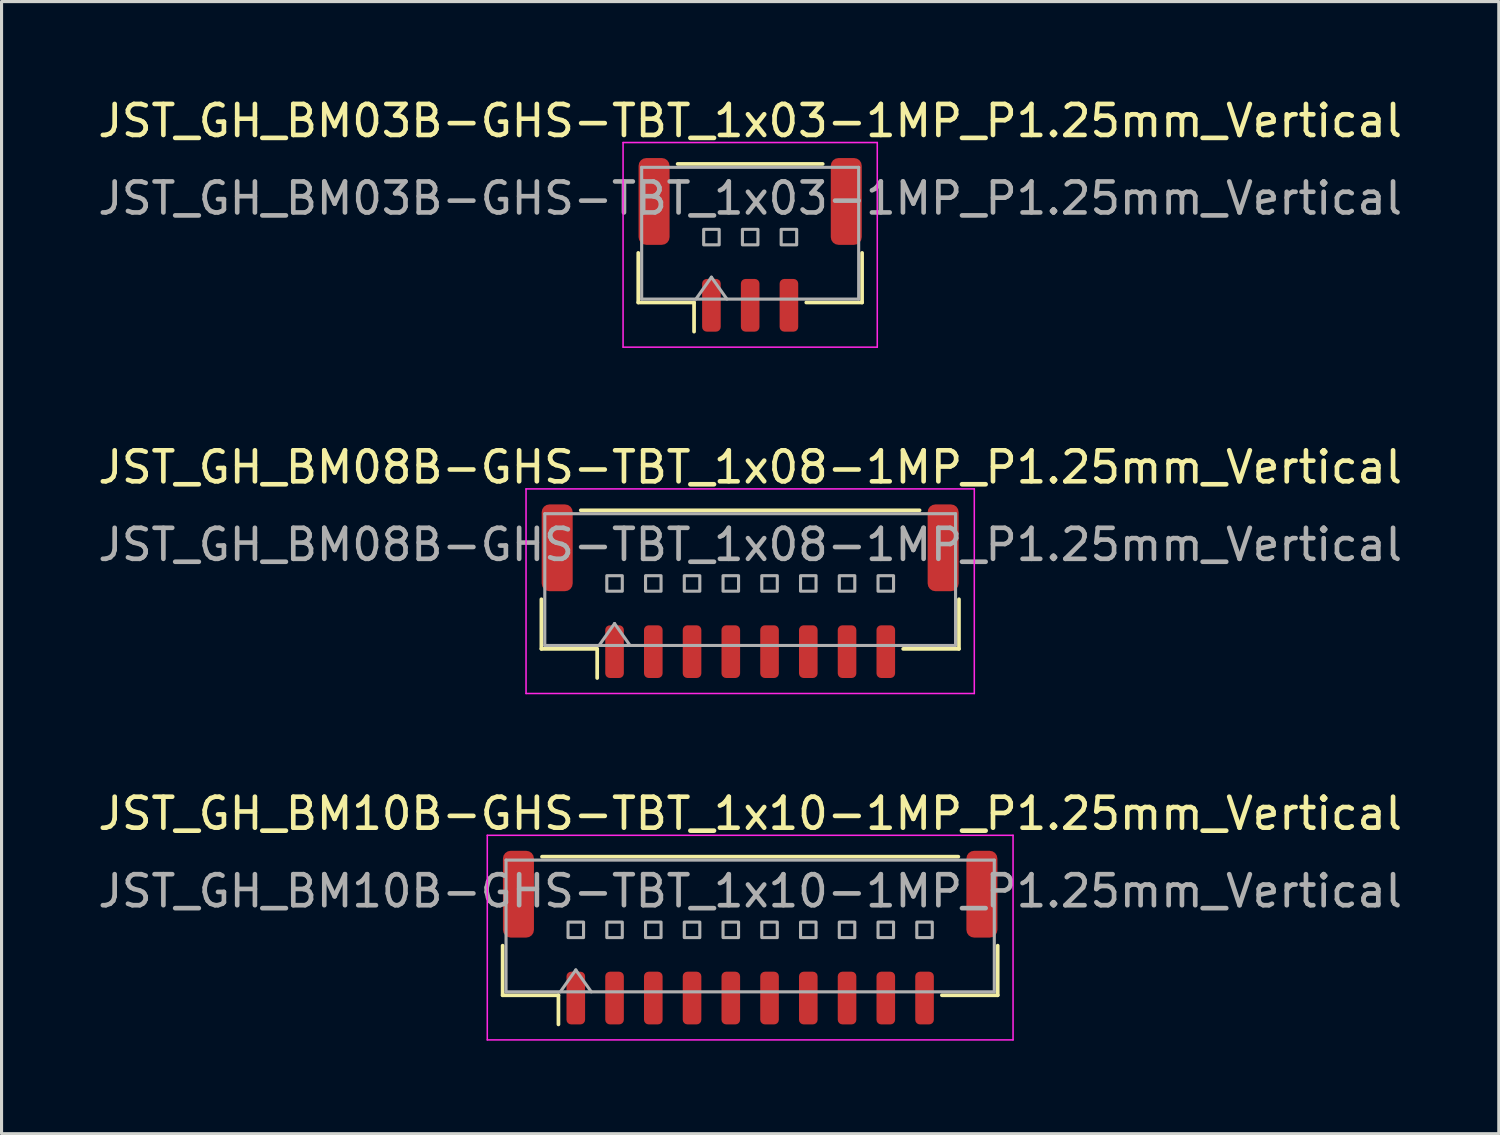
<source format=kicad_pcb>
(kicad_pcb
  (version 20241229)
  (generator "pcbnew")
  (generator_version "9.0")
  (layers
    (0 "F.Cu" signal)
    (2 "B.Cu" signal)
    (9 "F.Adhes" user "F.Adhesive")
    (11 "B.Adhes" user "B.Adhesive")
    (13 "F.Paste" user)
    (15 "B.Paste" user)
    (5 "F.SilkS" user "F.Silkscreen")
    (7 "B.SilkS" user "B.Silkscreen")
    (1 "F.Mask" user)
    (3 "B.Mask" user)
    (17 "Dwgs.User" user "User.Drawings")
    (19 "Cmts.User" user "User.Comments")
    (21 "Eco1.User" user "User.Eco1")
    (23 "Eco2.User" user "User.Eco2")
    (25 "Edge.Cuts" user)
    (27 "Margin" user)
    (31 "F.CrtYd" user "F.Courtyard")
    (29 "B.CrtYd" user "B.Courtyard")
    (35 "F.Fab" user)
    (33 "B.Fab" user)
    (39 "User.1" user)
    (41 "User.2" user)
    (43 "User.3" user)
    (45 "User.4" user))
  (footprint "JST_GH_BM03B-GHS-TBT_1x03-1MP_P1.25mm_Vertical"
    (layer "F.Cu")
    (at 21.149 4.848)
    (property "Reference" "JST_GH_BM03B-GHS-TBT_1x03-1MP_P1.25mm_Vertical" (at 0 -4 0) (layer "F.SilkS") (effects (font (size 1 1) (thickness 0.15))))
    (attr smd)
    (fp_line (start -3.61 0.26) (end -3.61 1.86) (stroke (width 0.12) (type solid)) (layer "F.SilkS"))
    (fp_line (start -3.61 1.86) (end -1.81 1.86) (stroke (width 0.12) (type solid)) (layer "F.SilkS"))
    (fp_line (start -2.34 -2.61) (end 2.34 -2.61) (stroke (width 0.12) (type solid)) (layer "F.SilkS"))
    (fp_line (start -1.81 1.86) (end -1.81 2.8) (stroke (width 0.12) (type solid)) (layer "F.SilkS"))
    (fp_line (start 3.61 0.26) (end 3.61 1.86) (stroke (width 0.12) (type solid)) (layer "F.SilkS"))
    (fp_line (start 3.61 1.86) (end 1.81 1.86) (stroke (width 0.12) (type solid)) (layer "F.SilkS"))
    (fp_line (start -4.1 -3.3) (end -4.1 3.3) (stroke (width 0.05) (type solid)) (layer "F.CrtYd"))
    (fp_line (start -4.1 3.3) (end 4.1 3.3) (stroke (width 0.05) (type solid)) (layer "F.CrtYd"))
    (fp_line (start 4.1 -3.3) (end -4.1 -3.3) (stroke (width 0.05) (type solid)) (layer "F.CrtYd"))
    (fp_line (start 4.1 3.3) (end 4.1 -3.3) (stroke (width 0.05) (type solid)) (layer "F.CrtYd"))
    (fp_line (start -3.5 -2.5) (end 3.5 -2.5) (stroke (width 0.1) (type solid)) (layer "F.Fab"))
    (fp_line (start -3.5 1.75) (end -3.5 -2.5) (stroke (width 0.1) (type solid)) (layer "F.Fab"))
    (fp_line (start -3.5 1.75) (end 3.5 1.75) (stroke (width 0.1) (type solid)) (layer "F.Fab"))
    (fp_line (start -1.75 1.75) (end -1.25 1.043) (stroke (width 0.1) (type solid)) (layer "F.Fab"))
    (fp_line (start -1.25 1.043) (end -0.75 1.75) (stroke (width 0.1) (type solid)) (layer "F.Fab"))
    (fp_line (start 3.5 1.75) (end 3.5 -2.5) (stroke (width 0.1) (type solid)) (layer "F.Fab"))
    (fp_rect (start -1.5 -0.5) (end -1 0) (stroke (width 0.1) (type solid)) (fill no) (layer "F.Fab"))
    (fp_rect (start -0.25 -0.5) (end 0.25 0) (stroke (width 0.1) (type solid)) (fill no) (layer "F.Fab"))
    (fp_rect (start 1 -0.5) (end 1.5 0) (stroke (width 0.1) (type solid)) (fill no) (layer "F.Fab"))
    (fp_text user "${REFERENCE}" (at 0 -1.5 0) (layer "F.Fab") (effects (font (size 1 1) (thickness 0.15))))
    (pad "1" smd roundrect (at -1.25 1.95) (size 0.6 1.7) (layers "F.Cu" "F.Mask" "F.Paste") (roundrect_rratio 0.25))
    (pad "2" smd roundrect (at 0 1.95) (size 0.6 1.7) (layers "F.Cu" "F.Mask" "F.Paste") (roundrect_rratio 0.25))
    (pad "3" smd roundrect (at 1.25 1.95) (size 0.6 1.7) (layers "F.Cu" "F.Mask" "F.Paste") (roundrect_rratio 0.25))
    (pad "MP" smd roundrect (at -3.1 -1.4) (size 1 2.8) (layers "F.Cu" "F.Mask" "F.Paste") (roundrect_rratio 0.25))
    (pad "MP" smd roundrect (at 3.1 -1.4) (size 1 2.8) (layers "F.Cu" "F.Mask" "F.Paste") (roundrect_rratio 0.25)))
  (footprint "JST_GH_BM10B-GHS-TBT_1x10-1MP_P1.25mm_Vertical"
    (layer "F.Cu")
    (at 21.149 27.195)
    (property "Reference" "JST_GH_BM10B-GHS-TBT_1x10-1MP_P1.25mm_Vertical" (at 0 -4 0) (layer "F.SilkS") (effects (font (size 1 1) (thickness 0.15))))
    (attr smd)
    (fp_line (start -7.985 0.26) (end -7.985 1.86) (stroke (width 0.12) (type solid)) (layer "F.SilkS"))
    (fp_line (start -7.985 1.86) (end -6.185 1.86) (stroke (width 0.12) (type solid)) (layer "F.SilkS"))
    (fp_line (start -6.715 -2.61) (end 6.715 -2.61) (stroke (width 0.12) (type solid)) (layer "F.SilkS"))
    (fp_line (start -6.185 1.86) (end -6.185 2.8) (stroke (width 0.12) (type solid)) (layer "F.SilkS"))
    (fp_line (start 7.985 0.26) (end 7.985 1.86) (stroke (width 0.12) (type solid)) (layer "F.SilkS"))
    (fp_line (start 7.985 1.86) (end 6.185 1.86) (stroke (width 0.12) (type solid)) (layer "F.SilkS"))
    (fp_line (start -8.48 -3.3) (end -8.48 3.3) (stroke (width 0.05) (type solid)) (layer "F.CrtYd"))
    (fp_line (start -8.48 3.3) (end 8.48 3.3) (stroke (width 0.05) (type solid)) (layer "F.CrtYd"))
    (fp_line (start 8.48 -3.3) (end -8.48 -3.3) (stroke (width 0.05) (type solid)) (layer "F.CrtYd"))
    (fp_line (start 8.48 3.3) (end 8.48 -3.3) (stroke (width 0.05) (type solid)) (layer "F.CrtYd"))
    (fp_line (start -7.875 -2.5) (end 7.875 -2.5) (stroke (width 0.1) (type solid)) (layer "F.Fab"))
    (fp_line (start -7.875 1.75) (end -7.875 -2.5) (stroke (width 0.1) (type solid)) (layer "F.Fab"))
    (fp_line (start -7.875 1.75) (end 7.875 1.75) (stroke (width 0.1) (type solid)) (layer "F.Fab"))
    (fp_line (start -6.125 1.75) (end -5.625 1.043) (stroke (width 0.1) (type solid)) (layer "F.Fab"))
    (fp_line (start -5.625 1.043) (end -5.125 1.75) (stroke (width 0.1) (type solid)) (layer "F.Fab"))
    (fp_line (start 7.875 1.75) (end 7.875 -2.5) (stroke (width 0.1) (type solid)) (layer "F.Fab"))
    (fp_rect (start -5.875 -0.5) (end -5.375 0) (stroke (width 0.1) (type solid)) (fill no) (layer "F.Fab"))
    (fp_rect (start -4.625 -0.5) (end -4.125 0) (stroke (width 0.1) (type solid)) (fill no) (layer "F.Fab"))
    (fp_rect (start -3.375 -0.5) (end -2.875 0) (stroke (width 0.1) (type solid)) (fill no) (layer "F.Fab"))
    (fp_rect (start -2.125 -0.5) (end -1.625 0) (stroke (width 0.1) (type solid)) (fill no) (layer "F.Fab"))
    (fp_rect (start -0.875 -0.5) (end -0.375 0) (stroke (width 0.1) (type solid)) (fill no) (layer "F.Fab"))
    (fp_rect (start 0.375 -0.5) (end 0.875 0) (stroke (width 0.1) (type solid)) (fill no) (layer "F.Fab"))
    (fp_rect (start 1.625 -0.5) (end 2.125 0) (stroke (width 0.1) (type solid)) (fill no) (layer "F.Fab"))
    (fp_rect (start 2.875 -0.5) (end 3.375 0) (stroke (width 0.1) (type solid)) (fill no) (layer "F.Fab"))
    (fp_rect (start 4.125 -0.5) (end 4.625 0) (stroke (width 0.1) (type solid)) (fill no) (layer "F.Fab"))
    (fp_rect (start 5.375 -0.5) (end 5.875 0) (stroke (width 0.1) (type solid)) (fill no) (layer "F.Fab"))
    (fp_text user "${REFERENCE}" (at 0 -1.5 0) (layer "F.Fab") (effects (font (size 1 1) (thickness 0.15))))
    (pad "1" smd roundrect (at -5.625 1.95) (size 0.6 1.7) (layers "F.Cu" "F.Mask" "F.Paste") (roundrect_rratio 0.25))
    (pad "2" smd roundrect (at -4.375 1.95) (size 0.6 1.7) (layers "F.Cu" "F.Mask" "F.Paste") (roundrect_rratio 0.25))
    (pad "3" smd roundrect (at -3.125 1.95) (size 0.6 1.7) (layers "F.Cu" "F.Mask" "F.Paste") (roundrect_rratio 0.25))
    (pad "4" smd roundrect (at -1.875 1.95) (size 0.6 1.7) (layers "F.Cu" "F.Mask" "F.Paste") (roundrect_rratio 0.25))
    (pad "5" smd roundrect (at -0.625 1.95) (size 0.6 1.7) (layers "F.Cu" "F.Mask" "F.Paste") (roundrect_rratio 0.25))
    (pad "6" smd roundrect (at 0.625 1.95) (size 0.6 1.7) (layers "F.Cu" "F.Mask" "F.Paste") (roundrect_rratio 0.25))
    (pad "7" smd roundrect (at 1.875 1.95) (size 0.6 1.7) (layers "F.Cu" "F.Mask" "F.Paste") (roundrect_rratio 0.25))
    (pad "8" smd roundrect (at 3.125 1.95) (size 0.6 1.7) (layers "F.Cu" "F.Mask" "F.Paste") (roundrect_rratio 0.25))
    (pad "9" smd roundrect (at 4.375 1.95) (size 0.6 1.7) (layers "F.Cu" "F.Mask" "F.Paste") (roundrect_rratio 0.25))
    (pad "10" smd roundrect (at 5.625 1.95) (size 0.6 1.7) (layers "F.Cu" "F.Mask" "F.Paste") (roundrect_rratio 0.25))
    (pad "MP" smd roundrect (at -7.475 -1.4) (size 1 2.8) (layers "F.Cu" "F.Mask" "F.Paste") (roundrect_rratio 0.25))
    (pad "MP" smd roundrect (at 7.475 -1.4) (size 1 2.8) (layers "F.Cu" "F.Mask" "F.Paste") (roundrect_rratio 0.25)))
  (footprint "JST_GH_BM08B-GHS-TBT_1x08-1MP_P1.25mm_Vertical"
    (layer "F.Cu")
    (at 21.149 16.021)
    (property "Reference" "JST_GH_BM08B-GHS-TBT_1x08-1MP_P1.25mm_Vertical" (at 0 -4 0) (layer "F.SilkS") (effects (font (size 1 1) (thickness 0.15))))
    (attr smd)
    (fp_line (start -6.735 0.26) (end -6.735 1.86) (stroke (width 0.12) (type solid)) (layer "F.SilkS"))
    (fp_line (start -6.735 1.86) (end -4.935 1.86) (stroke (width 0.12) (type solid)) (layer "F.SilkS"))
    (fp_line (start -5.465 -2.61) (end 5.465 -2.61) (stroke (width 0.12) (type solid)) (layer "F.SilkS"))
    (fp_line (start -4.935 1.86) (end -4.935 2.8) (stroke (width 0.12) (type solid)) (layer "F.SilkS"))
    (fp_line (start 6.735 0.26) (end 6.735 1.86) (stroke (width 0.12) (type solid)) (layer "F.SilkS"))
    (fp_line (start 6.735 1.86) (end 4.935 1.86) (stroke (width 0.12) (type solid)) (layer "F.SilkS"))
    (fp_line (start -7.23 -3.3) (end -7.23 3.3) (stroke (width 0.05) (type solid)) (layer "F.CrtYd"))
    (fp_line (start -7.23 3.3) (end 7.23 3.3) (stroke (width 0.05) (type solid)) (layer "F.CrtYd"))
    (fp_line (start 7.23 -3.3) (end -7.23 -3.3) (stroke (width 0.05) (type solid)) (layer "F.CrtYd"))
    (fp_line (start 7.23 3.3) (end 7.23 -3.3) (stroke (width 0.05) (type solid)) (layer "F.CrtYd"))
    (fp_line (start -6.625 -2.5) (end 6.625 -2.5) (stroke (width 0.1) (type solid)) (layer "F.Fab"))
    (fp_line (start -6.625 1.75) (end -6.625 -2.5) (stroke (width 0.1) (type solid)) (layer "F.Fab"))
    (fp_line (start -6.625 1.75) (end 6.625 1.75) (stroke (width 0.1) (type solid)) (layer "F.Fab"))
    (fp_line (start -4.875 1.75) (end -4.375 1.043) (stroke (width 0.1) (type solid)) (layer "F.Fab"))
    (fp_line (start -4.375 1.043) (end -3.875 1.75) (stroke (width 0.1) (type solid)) (layer "F.Fab"))
    (fp_line (start 6.625 1.75) (end 6.625 -2.5) (stroke (width 0.1) (type solid)) (layer "F.Fab"))
    (fp_rect (start -4.625 -0.5) (end -4.125 0) (stroke (width 0.1) (type solid)) (fill no) (layer "F.Fab"))
    (fp_rect (start -3.375 -0.5) (end -2.875 0) (stroke (width 0.1) (type solid)) (fill no) (layer "F.Fab"))
    (fp_rect (start -2.125 -0.5) (end -1.625 0) (stroke (width 0.1) (type solid)) (fill no) (layer "F.Fab"))
    (fp_rect (start -0.875 -0.5) (end -0.375 0) (stroke (width 0.1) (type solid)) (fill no) (layer "F.Fab"))
    (fp_rect (start 0.375 -0.5) (end 0.875 0) (stroke (width 0.1) (type solid)) (fill no) (layer "F.Fab"))
    (fp_rect (start 1.625 -0.5) (end 2.125 0) (stroke (width 0.1) (type solid)) (fill no) (layer "F.Fab"))
    (fp_rect (start 2.875 -0.5) (end 3.375 0) (stroke (width 0.1) (type solid)) (fill no) (layer "F.Fab"))
    (fp_rect (start 4.125 -0.5) (end 4.625 0) (stroke (width 0.1) (type solid)) (fill no) (layer "F.Fab"))
    (fp_text user "${REFERENCE}" (at 0 -1.5 0) (layer "F.Fab") (effects (font (size 1 1) (thickness 0.15))))
    (pad "1" smd roundrect (at -4.375 1.95) (size 0.6 1.7) (layers "F.Cu" "F.Mask" "F.Paste") (roundrect_rratio 0.25))
    (pad "2" smd roundrect (at -3.125 1.95) (size 0.6 1.7) (layers "F.Cu" "F.Mask" "F.Paste") (roundrect_rratio 0.25))
    (pad "3" smd roundrect (at -1.875 1.95) (size 0.6 1.7) (layers "F.Cu" "F.Mask" "F.Paste") (roundrect_rratio 0.25))
    (pad "4" smd roundrect (at -0.625 1.95) (size 0.6 1.7) (layers "F.Cu" "F.Mask" "F.Paste") (roundrect_rratio 0.25))
    (pad "5" smd roundrect (at 0.625 1.95) (size 0.6 1.7) (layers "F.Cu" "F.Mask" "F.Paste") (roundrect_rratio 0.25))
    (pad "6" smd roundrect (at 1.875 1.95) (size 0.6 1.7) (layers "F.Cu" "F.Mask" "F.Paste") (roundrect_rratio 0.25))
    (pad "7" smd roundrect (at 3.125 1.95) (size 0.6 1.7) (layers "F.Cu" "F.Mask" "F.Paste") (roundrect_rratio 0.25))
    (pad "8" smd roundrect (at 4.375 1.95) (size 0.6 1.7) (layers "F.Cu" "F.Mask" "F.Paste") (roundrect_rratio 0.25))
    (pad "MP" smd roundrect (at -6.225 -1.4) (size 1 2.8) (layers "F.Cu" "F.Mask" "F.Paste") (roundrect_rratio 0.25))
    (pad "MP" smd roundrect (at 6.225 -1.4) (size 1 2.8) (layers "F.Cu" "F.Mask" "F.Paste") (roundrect_rratio 0.25)))
  (gr_rect
    (start -3 -3)
    (end 45.298 33.52)
    (stroke (width 0.1) (type default))
    (fill no)
    (layer "Edge.Cuts")))
</source>
